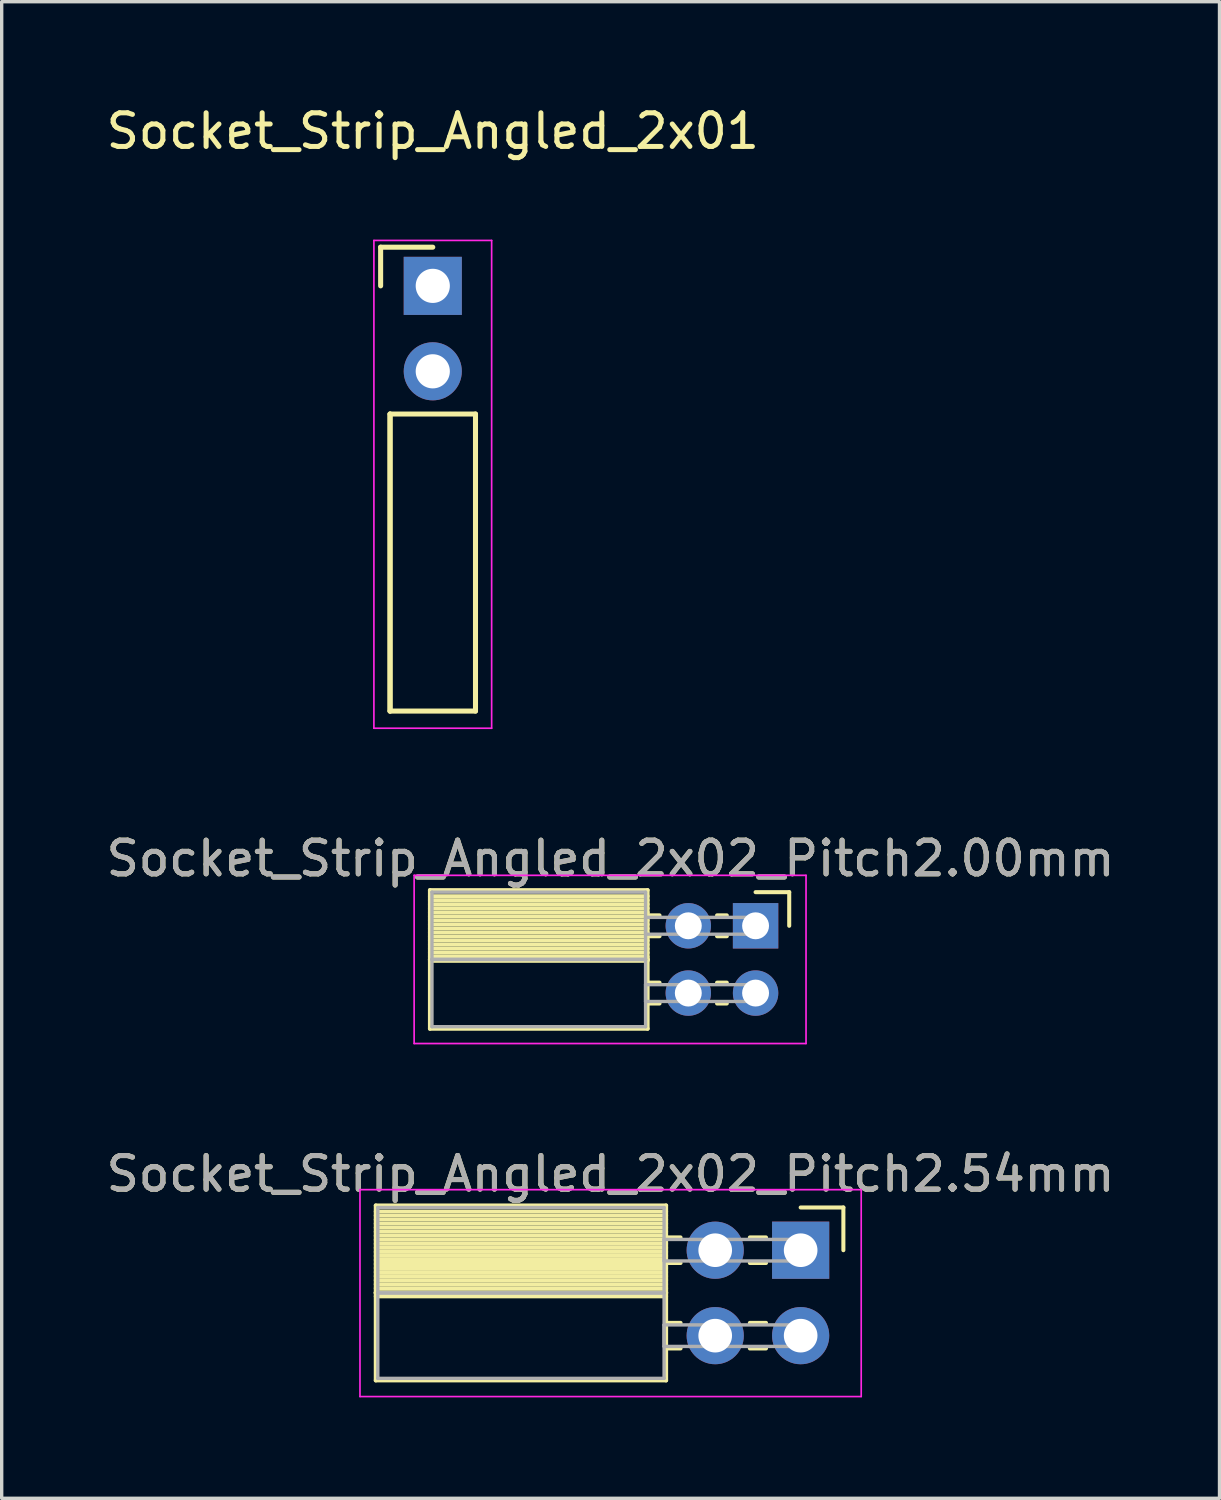
<source format=kicad_pcb>
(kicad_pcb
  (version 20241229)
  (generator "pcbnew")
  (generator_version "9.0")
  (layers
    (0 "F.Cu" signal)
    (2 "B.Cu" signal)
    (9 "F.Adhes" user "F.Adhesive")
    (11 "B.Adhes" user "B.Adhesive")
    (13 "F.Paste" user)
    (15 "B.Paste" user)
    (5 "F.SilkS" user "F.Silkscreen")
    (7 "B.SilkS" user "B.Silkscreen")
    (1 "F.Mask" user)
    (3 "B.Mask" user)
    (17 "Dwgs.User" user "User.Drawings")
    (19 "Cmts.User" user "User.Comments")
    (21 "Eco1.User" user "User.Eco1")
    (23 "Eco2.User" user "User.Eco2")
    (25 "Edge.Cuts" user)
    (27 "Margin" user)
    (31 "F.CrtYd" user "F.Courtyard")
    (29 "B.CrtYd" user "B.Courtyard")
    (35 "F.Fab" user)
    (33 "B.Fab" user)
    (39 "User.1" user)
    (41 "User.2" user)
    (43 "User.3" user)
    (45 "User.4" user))
  (footprint "Socket_Strip_Angled_2x02_Pitch2.00mm"
    (layer "F.Cu")
    (at 19.411 24.471)
    (property "Reference" "Socket_Strip_Angled_2x02_Pitch2.00mm" (at -4.31 -2 0) (layer "F.SilkS") (effects (font (size 1 1) (thickness 0.15))))
    (attr through_hole)
    (fp_line (start -9.68 -1.06) (end -3.21 -1.06) (stroke (width 0.12) (type solid)) (layer "F.SilkS"))
    (fp_line (start -9.68 1) (end -9.68 -1.06) (stroke (width 0.12) (type solid)) (layer "F.SilkS"))
    (fp_line (start -9.68 1) (end -3.21 1) (stroke (width 0.12) (type solid)) (layer "F.SilkS"))
    (fp_line (start -9.68 3.06) (end -9.68 1) (stroke (width 0.12) (type solid)) (layer "F.SilkS"))
    (fp_line (start -3.21 -1.06) (end -3.21 1) (stroke (width 0.12) (type solid)) (layer "F.SilkS"))
    (fp_line (start -3.21 -0.88) (end -9.68 -0.88) (stroke (width 0.12) (type solid)) (layer "F.SilkS"))
    (fp_line (start -3.21 -0.76) (end -9.68 -0.76) (stroke (width 0.12) (type solid)) (layer "F.SilkS"))
    (fp_line (start -3.21 -0.64) (end -9.68 -0.64) (stroke (width 0.12) (type solid)) (layer "F.SilkS"))
    (fp_line (start -3.21 -0.52) (end -9.68 -0.52) (stroke (width 0.12) (type solid)) (layer "F.SilkS"))
    (fp_line (start -3.21 -0.4) (end -9.68 -0.4) (stroke (width 0.12) (type solid)) (layer "F.SilkS"))
    (fp_line (start -3.21 -0.28) (end -9.68 -0.28) (stroke (width 0.12) (type solid)) (layer "F.SilkS"))
    (fp_line (start -3.21 -0.16) (end -9.68 -0.16) (stroke (width 0.12) (type solid)) (layer "F.SilkS"))
    (fp_line (start -3.21 -0.04) (end -9.68 -0.04) (stroke (width 0.12) (type solid)) (layer "F.SilkS"))
    (fp_line (start -3.21 0.08) (end -9.68 0.08) (stroke (width 0.12) (type solid)) (layer "F.SilkS"))
    (fp_line (start -3.21 0.2) (end -9.68 0.2) (stroke (width 0.12) (type solid)) (layer "F.SilkS"))
    (fp_line (start -3.21 0.32) (end -9.68 0.32) (stroke (width 0.12) (type solid)) (layer "F.SilkS"))
    (fp_line (start -3.21 0.44) (end -9.68 0.44) (stroke (width 0.12) (type solid)) (layer "F.SilkS"))
    (fp_line (start -3.21 0.56) (end -9.68 0.56) (stroke (width 0.12) (type solid)) (layer "F.SilkS"))
    (fp_line (start -3.21 0.68) (end -9.68 0.68) (stroke (width 0.12) (type solid)) (layer "F.SilkS"))
    (fp_line (start -3.21 0.8) (end -9.68 0.8) (stroke (width 0.12) (type solid)) (layer "F.SilkS"))
    (fp_line (start -3.21 0.92) (end -9.68 0.92) (stroke (width 0.12) (type solid)) (layer "F.SilkS"))
    (fp_line (start -3.21 1) (end -9.68 1) (stroke (width 0.12) (type solid)) (layer "F.SilkS"))
    (fp_line (start -3.21 1) (end -3.21 3.06) (stroke (width 0.12) (type solid)) (layer "F.SilkS"))
    (fp_line (start -3.21 1.04) (end -9.68 1.04) (stroke (width 0.12) (type solid)) (layer "F.SilkS"))
    (fp_line (start -3.21 3.06) (end -9.68 3.06) (stroke (width 0.12) (type solid)) (layer "F.SilkS"))
    (fp_line (start -2.855 -0.31) (end -3.21 -0.31) (stroke (width 0.12) (type solid)) (layer "F.SilkS"))
    (fp_line (start -2.855 0.31) (end -3.21 0.31) (stroke (width 0.12) (type solid)) (layer "F.SilkS"))
    (fp_line (start -2.855 1.69) (end -3.21 1.69) (stroke (width 0.12) (type solid)) (layer "F.SilkS"))
    (fp_line (start -2.855 2.31) (end -3.21 2.31) (stroke (width 0.12) (type solid)) (layer "F.SilkS"))
    (fp_line (start -0.855 -0.31) (end -1.145 -0.31) (stroke (width 0.12) (type solid)) (layer "F.SilkS"))
    (fp_line (start -0.855 0.31) (end -1.145 0.31) (stroke (width 0.12) (type solid)) (layer "F.SilkS"))
    (fp_line (start -0.855 1.69) (end -1.145 1.69) (stroke (width 0.12) (type solid)) (layer "F.SilkS"))
    (fp_line (start -0.855 2.31) (end -1.145 2.31) (stroke (width 0.12) (type solid)) (layer "F.SilkS"))
    (fp_line (start 0 -1) (end 1 -1) (stroke (width 0.12) (type solid)) (layer "F.SilkS"))
    (fp_line (start 1 -1) (end 1 0) (stroke (width 0.12) (type solid)) (layer "F.SilkS"))
    (fp_line (start -10.15 -1.5) (end 1.5 -1.5) (stroke (width 0.05) (type solid)) (layer "F.CrtYd"))
    (fp_line (start -10.15 3.5) (end -10.15 -1.5) (stroke (width 0.05) (type solid)) (layer "F.CrtYd"))
    (fp_line (start 1.5 -1.5) (end 1.5 3.5) (stroke (width 0.05) (type solid)) (layer "F.CrtYd"))
    (fp_line (start 1.5 3.5) (end -10.15 3.5) (stroke (width 0.05) (type solid)) (layer "F.CrtYd"))
    (fp_line (start -9.62 -1) (end -3.27 -1) (stroke (width 0.1) (type solid)) (layer "F.Fab"))
    (fp_line (start -9.62 1) (end -9.62 -1) (stroke (width 0.1) (type solid)) (layer "F.Fab"))
    (fp_line (start -9.62 1) (end -3.27 1) (stroke (width 0.1) (type solid)) (layer "F.Fab"))
    (fp_line (start -9.62 3) (end -9.62 1) (stroke (width 0.1) (type solid)) (layer "F.Fab"))
    (fp_line (start -3.27 -1) (end -3.27 1) (stroke (width 0.1) (type solid)) (layer "F.Fab"))
    (fp_line (start -3.27 -0.25) (end 0 -0.25) (stroke (width 0.1) (type solid)) (layer "F.Fab"))
    (fp_line (start -3.27 0.25) (end -3.27 -0.25) (stroke (width 0.1) (type solid)) (layer "F.Fab"))
    (fp_line (start -3.27 1) (end -9.62 1) (stroke (width 0.1) (type solid)) (layer "F.Fab"))
    (fp_line (start -3.27 1) (end -3.27 3) (stroke (width 0.1) (type solid)) (layer "F.Fab"))
    (fp_line (start -3.27 1.75) (end 0 1.75) (stroke (width 0.1) (type solid)) (layer "F.Fab"))
    (fp_line (start -3.27 2.25) (end -3.27 1.75) (stroke (width 0.1) (type solid)) (layer "F.Fab"))
    (fp_line (start -3.27 3) (end -9.62 3) (stroke (width 0.1) (type solid)) (layer "F.Fab"))
    (fp_line (start 0 -0.25) (end 0 0.25) (stroke (width 0.1) (type solid)) (layer "F.Fab"))
    (fp_line (start 0 0.25) (end -3.27 0.25) (stroke (width 0.1) (type solid)) (layer "F.Fab"))
    (fp_line (start 0 1.75) (end 0 2.25) (stroke (width 0.1) (type solid)) (layer "F.Fab"))
    (fp_line (start 0 2.25) (end -3.27 2.25) (stroke (width 0.1) (type solid)) (layer "F.Fab"))
    (fp_text user "${REFERENCE}" (at -4.31 -2 0) (layer "F.Fab") (effects (font (size 1 1) (thickness 0.15))))
    (pad "1" thru_hole rect (at 0 0) (size 1.35 1.35) (drill 0.8) (layers "*.Cu" "*.Mask"))
    (pad "2" thru_hole oval (at -2 0) (size 1.35 1.35) (drill 0.8) (layers "*.Cu" "*.Mask"))
    (pad "3" thru_hole oval (at 0 2) (size 1.35 1.35) (drill 0.8) (layers "*.Cu" "*.Mask"))
    (pad "4" thru_hole oval (at -2 2) (size 1.35 1.35) (drill 0.8) (layers "*.Cu" "*.Mask")))
  (footprint "Socket_Strip_Angled_2x01"
    (layer "F.Cu")
    (at 9.815 5.448)
    (property "Reference" "Socket_Strip_Angled_2x01" (at 0 -4.6 0) (layer "F.SilkS") (effects (font (size 1 1) (thickness 0.15))))
    (attr through_hole)
    (fp_line (start -1.55 -1.15) (end -1.55 0) (stroke (width 0.15) (type solid)) (layer "F.SilkS"))
    (fp_line (start -1.27 3.81) (end -1.27 12.64) (stroke (width 0.15) (type solid)) (layer "F.SilkS"))
    (fp_line (start -1.27 12.64) (end -1.27 3.81) (stroke (width 0.15) (type solid)) (layer "F.SilkS"))
    (fp_line (start 0 -1.15) (end -1.55 -1.15) (stroke (width 0.15) (type solid)) (layer "F.SilkS"))
    (fp_line (start 1.27 3.81) (end -1.27 3.81) (stroke (width 0.15) (type solid)) (layer "F.SilkS"))
    (fp_line (start 1.27 3.81) (end 1.27 12.64) (stroke (width 0.15) (type solid)) (layer "F.SilkS"))
    (fp_line (start 1.27 12.64) (end -1.27 12.64) (stroke (width 0.15) (type solid)) (layer "F.SilkS"))
    (fp_line (start -1.75 -1.35) (end -1.75 13.15) (stroke (width 0.05) (type solid)) (layer "F.CrtYd"))
    (fp_line (start -1.75 -1.35) (end 1.75 -1.35) (stroke (width 0.05) (type solid)) (layer "F.CrtYd"))
    (fp_line (start -1.75 13.15) (end 1.75 13.15) (stroke (width 0.05) (type solid)) (layer "F.CrtYd"))
    (fp_line (start 1.75 -1.35) (end 1.75 13.15) (stroke (width 0.05) (type solid)) (layer "F.CrtYd"))
    (pad "1" thru_hole rect (at 0 0) (size 1.727 1.727) (drill 1.016) (layers "*.Cu" "*.Mask"))
    (pad "2" thru_hole oval (at 0 2.54) (size 1.727 1.727) (drill 1.016) (layers "*.Cu" "*.Mask")))
  (footprint "Socket_Strip_Angled_2x02_Pitch2.54mm"
    (layer "F.Cu")
    (at 20.751 34.115)
    (property "Reference" "Socket_Strip_Angled_2x02_Pitch2.54mm" (at -5.65 -2.27 0) (layer "F.SilkS") (effects (font (size 1 1) (thickness 0.15))))
    (attr through_hole)
    (fp_line (start -12.63 -1.33) (end -4 -1.33) (stroke (width 0.12) (type solid)) (layer "F.SilkS"))
    (fp_line (start -12.63 1.27) (end -12.63 -1.33) (stroke (width 0.12) (type solid)) (layer "F.SilkS"))
    (fp_line (start -12.63 1.27) (end -4 1.27) (stroke (width 0.12) (type solid)) (layer "F.SilkS"))
    (fp_line (start -12.63 3.87) (end -12.63 1.27) (stroke (width 0.12) (type solid)) (layer "F.SilkS"))
    (fp_line (start -4 -1.33) (end -4 1.27) (stroke (width 0.12) (type solid)) (layer "F.SilkS"))
    (fp_line (start -4 -1.15) (end -12.63 -1.15) (stroke (width 0.12) (type solid)) (layer "F.SilkS"))
    (fp_line (start -4 -1.03) (end -12.63 -1.03) (stroke (width 0.12) (type solid)) (layer "F.SilkS"))
    (fp_line (start -4 -0.91) (end -12.63 -0.91) (stroke (width 0.12) (type solid)) (layer "F.SilkS"))
    (fp_line (start -4 -0.79) (end -12.63 -0.79) (stroke (width 0.12) (type solid)) (layer "F.SilkS"))
    (fp_line (start -4 -0.67) (end -12.63 -0.67) (stroke (width 0.12) (type solid)) (layer "F.SilkS"))
    (fp_line (start -4 -0.55) (end -12.63 -0.55) (stroke (width 0.12) (type solid)) (layer "F.SilkS"))
    (fp_line (start -4 -0.43) (end -12.63 -0.43) (stroke (width 0.12) (type solid)) (layer "F.SilkS"))
    (fp_line (start -4 -0.31) (end -12.63 -0.31) (stroke (width 0.12) (type solid)) (layer "F.SilkS"))
    (fp_line (start -4 -0.19) (end -12.63 -0.19) (stroke (width 0.12) (type solid)) (layer "F.SilkS"))
    (fp_line (start -4 -0.07) (end -12.63 -0.07) (stroke (width 0.12) (type solid)) (layer "F.SilkS"))
    (fp_line (start -4 0.05) (end -12.63 0.05) (stroke (width 0.12) (type solid)) (layer "F.SilkS"))
    (fp_line (start -4 0.17) (end -12.63 0.17) (stroke (width 0.12) (type solid)) (layer "F.SilkS"))
    (fp_line (start -4 0.29) (end -12.63 0.29) (stroke (width 0.12) (type solid)) (layer "F.SilkS"))
    (fp_line (start -4 0.41) (end -12.63 0.41) (stroke (width 0.12) (type solid)) (layer "F.SilkS"))
    (fp_line (start -4 0.53) (end -12.63 0.53) (stroke (width 0.12) (type solid)) (layer "F.SilkS"))
    (fp_line (start -4 0.65) (end -12.63 0.65) (stroke (width 0.12) (type solid)) (layer "F.SilkS"))
    (fp_line (start -4 0.77) (end -12.63 0.77) (stroke (width 0.12) (type solid)) (layer "F.SilkS"))
    (fp_line (start -4 0.89) (end -12.63 0.89) (stroke (width 0.12) (type solid)) (layer "F.SilkS"))
    (fp_line (start -4 1.01) (end -12.63 1.01) (stroke (width 0.12) (type solid)) (layer "F.SilkS"))
    (fp_line (start -4 1.13) (end -12.63 1.13) (stroke (width 0.12) (type solid)) (layer "F.SilkS"))
    (fp_line (start -4 1.25) (end -12.63 1.25) (stroke (width 0.12) (type solid)) (layer "F.SilkS"))
    (fp_line (start -4 1.27) (end -12.63 1.27) (stroke (width 0.12) (type solid)) (layer "F.SilkS"))
    (fp_line (start -4 1.27) (end -4 3.87) (stroke (width 0.12) (type solid)) (layer "F.SilkS"))
    (fp_line (start -4 1.37) (end -12.63 1.37) (stroke (width 0.12) (type solid)) (layer "F.SilkS"))
    (fp_line (start -4 3.87) (end -12.63 3.87) (stroke (width 0.12) (type solid)) (layer "F.SilkS"))
    (fp_line (start -3.57 -0.38) (end -4 -0.38) (stroke (width 0.12) (type solid)) (layer "F.SilkS"))
    (fp_line (start -3.57 0.38) (end -4 0.38) (stroke (width 0.12) (type solid)) (layer "F.SilkS"))
    (fp_line (start -3.57 2.16) (end -4 2.16) (stroke (width 0.12) (type solid)) (layer "F.SilkS"))
    (fp_line (start -3.57 2.92) (end -4 2.92) (stroke (width 0.12) (type solid)) (layer "F.SilkS"))
    (fp_line (start -1.03 -0.38) (end -1.51 -0.38) (stroke (width 0.12) (type solid)) (layer "F.SilkS"))
    (fp_line (start -1.03 0.38) (end -1.51 0.38) (stroke (width 0.12) (type solid)) (layer "F.SilkS"))
    (fp_line (start -1.03 2.16) (end -1.51 2.16) (stroke (width 0.12) (type solid)) (layer "F.SilkS"))
    (fp_line (start -1.03 2.92) (end -1.51 2.92) (stroke (width 0.12) (type solid)) (layer "F.SilkS"))
    (fp_line (start 0 -1.27) (end 1.27 -1.27) (stroke (width 0.12) (type solid)) (layer "F.SilkS"))
    (fp_line (start 1.27 -1.27) (end 1.27 0) (stroke (width 0.12) (type solid)) (layer "F.SilkS"))
    (fp_line (start -13.1 -1.8) (end 1.8 -1.8) (stroke (width 0.05) (type solid)) (layer "F.CrtYd"))
    (fp_line (start -13.1 4.35) (end -13.1 -1.8) (stroke (width 0.05) (type solid)) (layer "F.CrtYd"))
    (fp_line (start 1.8 -1.8) (end 1.8 4.35) (stroke (width 0.05) (type solid)) (layer "F.CrtYd"))
    (fp_line (start 1.8 4.35) (end -13.1 4.35) (stroke (width 0.05) (type solid)) (layer "F.CrtYd"))
    (fp_line (start -12.57 -1.27) (end -4.06 -1.27) (stroke (width 0.1) (type solid)) (layer "F.Fab"))
    (fp_line (start -12.57 1.27) (end -12.57 -1.27) (stroke (width 0.1) (type solid)) (layer "F.Fab"))
    (fp_line (start -12.57 1.27) (end -4.06 1.27) (stroke (width 0.1) (type solid)) (layer "F.Fab"))
    (fp_line (start -12.57 3.81) (end -12.57 1.27) (stroke (width 0.1) (type solid)) (layer "F.Fab"))
    (fp_line (start -4.06 -1.27) (end -4.06 1.27) (stroke (width 0.1) (type solid)) (layer "F.Fab"))
    (fp_line (start -4.06 -0.32) (end 0 -0.32) (stroke (width 0.1) (type solid)) (layer "F.Fab"))
    (fp_line (start -4.06 0.32) (end -4.06 -0.32) (stroke (width 0.1) (type solid)) (layer "F.Fab"))
    (fp_line (start -4.06 1.27) (end -12.57 1.27) (stroke (width 0.1) (type solid)) (layer "F.Fab"))
    (fp_line (start -4.06 1.27) (end -4.06 3.81) (stroke (width 0.1) (type solid)) (layer "F.Fab"))
    (fp_line (start -4.06 2.22) (end 0 2.22) (stroke (width 0.1) (type solid)) (layer "F.Fab"))
    (fp_line (start -4.06 2.86) (end -4.06 2.22) (stroke (width 0.1) (type solid)) (layer "F.Fab"))
    (fp_line (start -4.06 3.81) (end -12.57 3.81) (stroke (width 0.1) (type solid)) (layer "F.Fab"))
    (fp_line (start 0 -0.32) (end 0 0.32) (stroke (width 0.1) (type solid)) (layer "F.Fab"))
    (fp_line (start 0 0.32) (end -4.06 0.32) (stroke (width 0.1) (type solid)) (layer "F.Fab"))
    (fp_line (start 0 2.22) (end 0 2.86) (stroke (width 0.1) (type solid)) (layer "F.Fab"))
    (fp_line (start 0 2.86) (end -4.06 2.86) (stroke (width 0.1) (type solid)) (layer "F.Fab"))
    (fp_text user "${REFERENCE}" (at -5.65 -2.27 0) (layer "F.Fab") (effects (font (size 1 1) (thickness 0.15))))
    (pad "1" thru_hole rect (at 0 0) (size 1.7 1.7) (drill 1) (layers "*.Cu" "*.Mask"))
    (pad "2" thru_hole oval (at -2.54 0) (size 1.7 1.7) (drill 1) (layers "*.Cu" "*.Mask"))
    (pad "3" thru_hole oval (at 0 2.54) (size 1.7 1.7) (drill 1) (layers "*.Cu" "*.Mask"))
    (pad "4" thru_hole oval (at -2.54 2.54) (size 1.7 1.7) (drill 1) (layers "*.Cu" "*.Mask")))
  (gr_rect
    (start -3 -3)
    (end 33.202 41.49)
    (stroke (width 0.1) (type default))
    (fill no)
    (layer "Edge.Cuts")))
</source>
